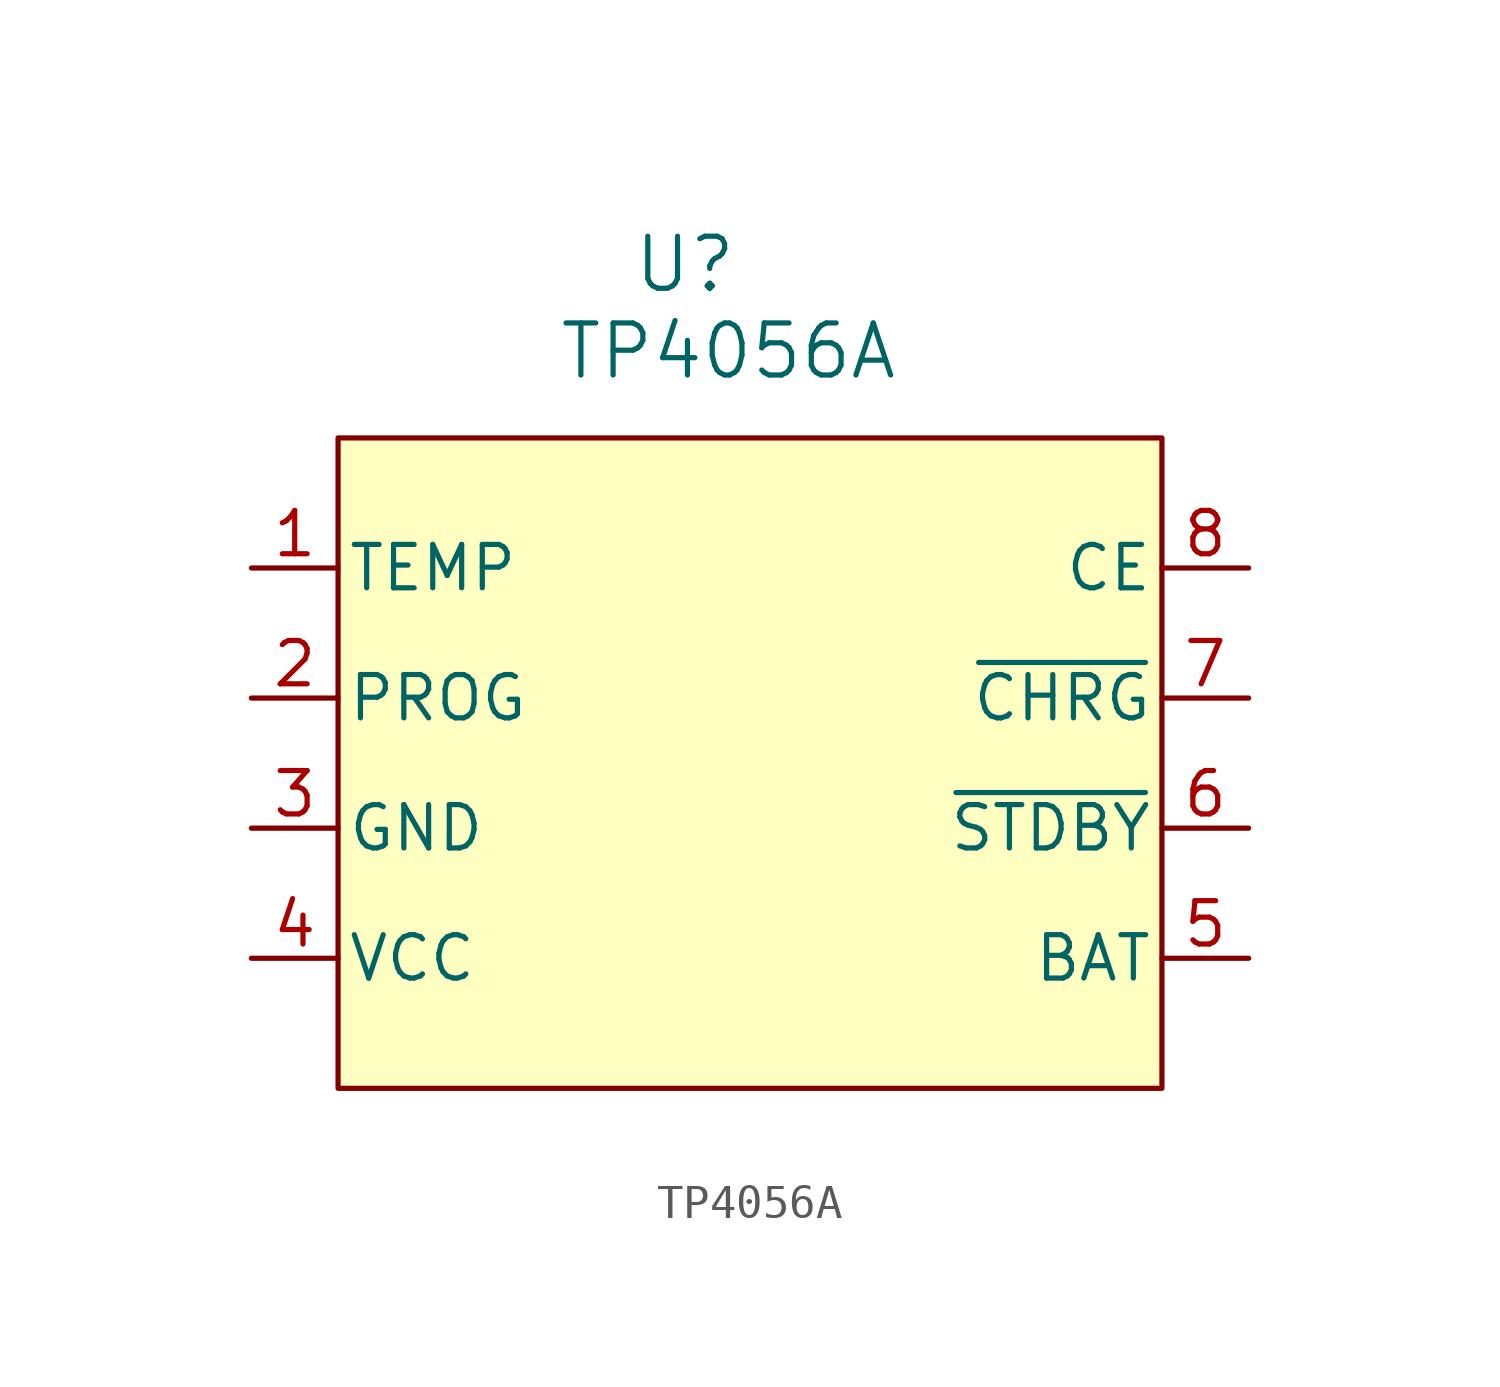
<source format=kicad_sym>
(kicad_symbol_lib
  (version 20220914)
  (generator kicad_symbol_editor)
  (symbol "TP4056A"
    (pin_names
      (offset 0.254))
    (property "Reference" "U"
      (at 20.32 10.16 0)
      (effects (font (size 1.524 1.524))))
    (property "Value" "TP4056A"
      (at 21.59 7.62 0)
      (effects (font (size 1.524 1.524))))
    (symbol "TP4056A_1_1"
      (rectangle (start 10.16 5.08) (end 34.29 -13.97) (stroke (width 0) (type default)) (fill (type background)))
      (pin input line (at 7.62 1.27 0) (length 2.54) (name "TEMP" (effects (font (size 1.27 1.27)))) (number "1" (effects (font (size 1.27 1.27)))))
      (pin passive line (at 7.62 -2.54 0) (length 2.54) (name "PROG" (effects (font (size 1.27 1.27)))) (number "2" (effects (font (size 1.27 1.27)))))
      (pin power_in line (at 7.62 -6.35 0) (length 2.54) (name "GND" (effects (font (size 1.27 1.27)))) (number "3" (effects (font (size 1.27 1.27)))))
      (pin power_in line (at 7.62 -10.16 0) (length 2.54) (name "VCC" (effects (font (size 1.27 1.27)))) (number "4" (effects (font (size 1.27 1.27)))))
      (pin power_in line (at 36.83 -10.16 180) (length 2.54) (name "BAT" (effects (font (size 1.27 1.27)))) (number "5" (effects (font (size 1.27 1.27)))))
      (pin open_collector line (at 36.83 -6.35 180) (length 2.54) (name "~{STDBY}" (effects (font (size 1.27 1.27)))) (number "6" (effects (font (size 1.27 1.27)))))
      (pin open_collector line (at 36.83 -2.54 180) (length 2.54) (name "~{CHRG}" (effects (font (size 1.27 1.27)))) (number "7" (effects (font (size 1.27 1.27)))))
      (pin input line (at 36.83 1.27 180) (length 2.54) (name "CE" (effects (font (size 1.27 1.27)))) (number "8" (effects (font (size 1.27 1.27)))))
      (pin passive line (at 7.62 -6.35 0) (length 2.54) hide (name "GND" (effects (font (size 1.27 1.27)))) (number "9" (effects (font (size 1.27 1.27))))))))
</source>
